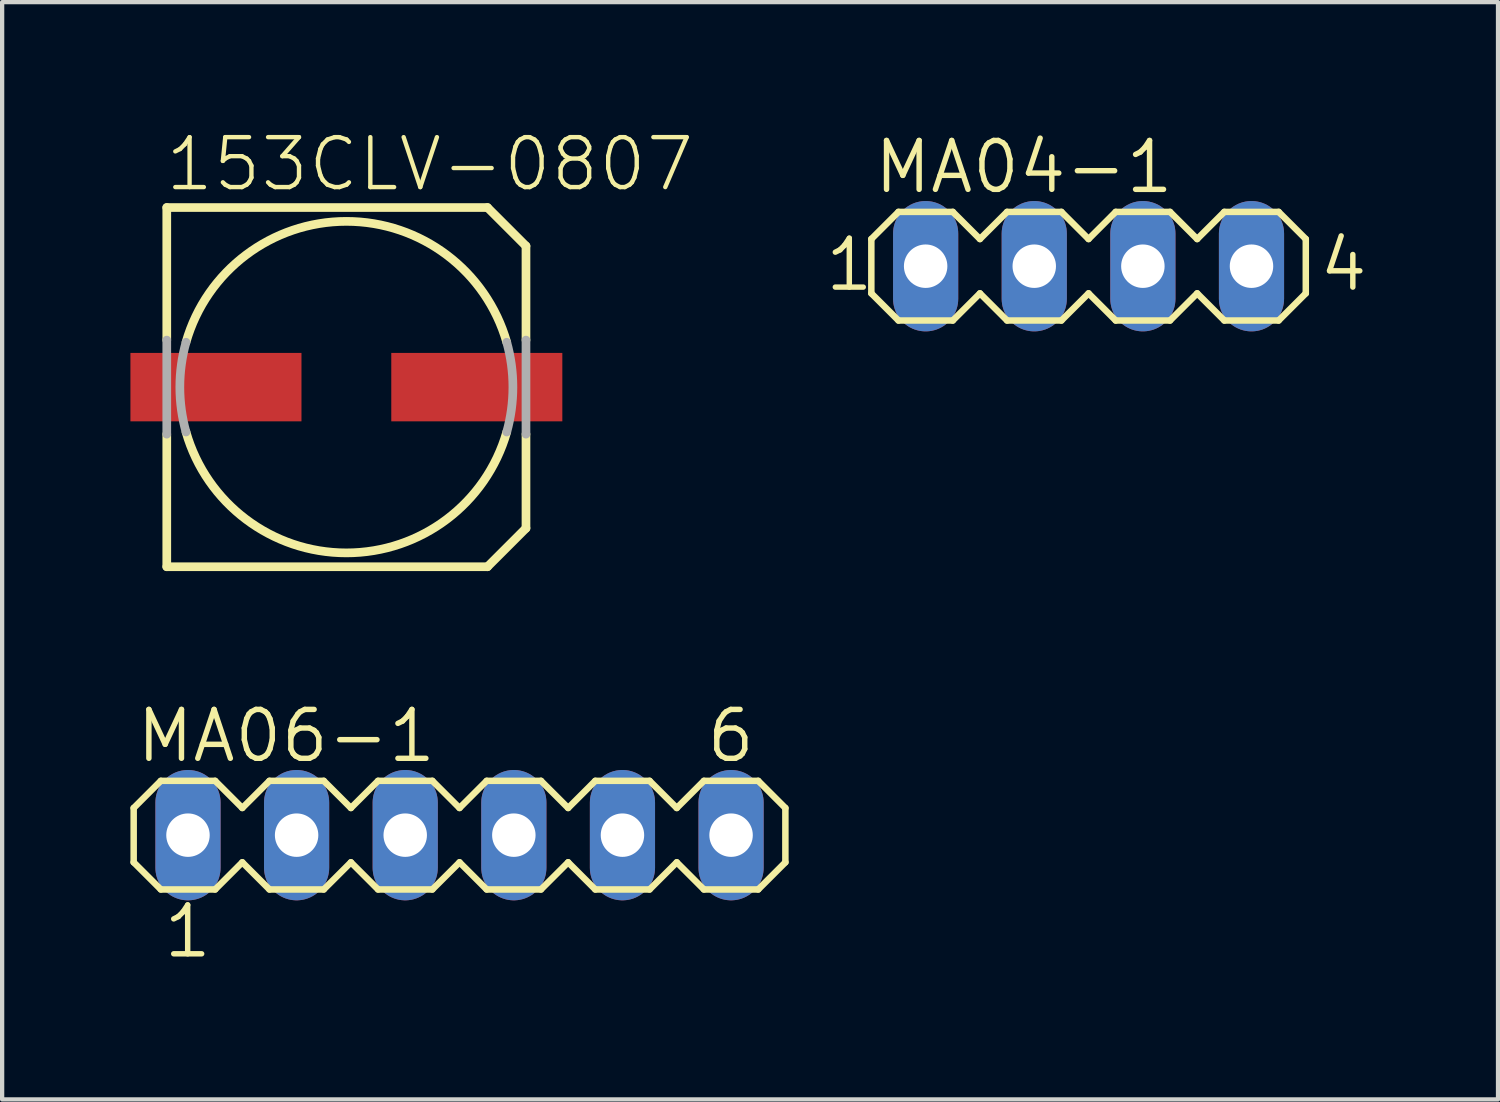
<source format=kicad_pcb>
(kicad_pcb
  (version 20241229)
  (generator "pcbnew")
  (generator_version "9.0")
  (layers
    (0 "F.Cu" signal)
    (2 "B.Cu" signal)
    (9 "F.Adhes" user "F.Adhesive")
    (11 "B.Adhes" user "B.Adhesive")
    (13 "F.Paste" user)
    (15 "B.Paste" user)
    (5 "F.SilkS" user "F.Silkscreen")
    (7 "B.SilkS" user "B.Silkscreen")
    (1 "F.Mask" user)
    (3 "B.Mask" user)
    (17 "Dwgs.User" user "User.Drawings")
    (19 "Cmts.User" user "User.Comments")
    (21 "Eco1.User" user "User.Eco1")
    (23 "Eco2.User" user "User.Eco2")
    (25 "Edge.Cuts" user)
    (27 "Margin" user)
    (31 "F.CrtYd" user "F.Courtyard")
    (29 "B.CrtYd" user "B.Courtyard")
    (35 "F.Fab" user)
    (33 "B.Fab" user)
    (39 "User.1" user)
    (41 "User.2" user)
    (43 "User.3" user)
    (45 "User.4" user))
  (footprint "MA04-1"
    (layer "F.Cu")
    (at 22.406 3.175)
    (property "Reference" "MA04-1" (at -5.08 -1.651 0) (layer "F.SilkS") (effects (font (size 1.143 1.143) (thickness 0.127)) (justify left bottom)))
    (fp_line (start -5.08 -0.635) (end -5.08 0.635) (stroke (width 0.152) (type solid)) (layer "F.SilkS"))
    (fp_line (start -5.08 0.635) (end -4.445 1.27) (stroke (width 0.152) (type solid)) (layer "F.SilkS"))
    (fp_line (start -4.445 -1.27) (end -5.08 -0.635) (stroke (width 0.152) (type solid)) (layer "F.SilkS"))
    (fp_line (start -4.445 -1.27) (end -3.175 -1.27) (stroke (width 0.152) (type solid)) (layer "F.SilkS"))
    (fp_line (start -3.175 -1.27) (end -2.54 -0.635) (stroke (width 0.152) (type solid)) (layer "F.SilkS"))
    (fp_line (start -3.175 1.27) (end -4.445 1.27) (stroke (width 0.152) (type solid)) (layer "F.SilkS"))
    (fp_line (start -2.54 -0.635) (end -1.905 -1.27) (stroke (width 0.152) (type solid)) (layer "F.SilkS"))
    (fp_line (start -2.54 0.635) (end -3.175 1.27) (stroke (width 0.152) (type solid)) (layer "F.SilkS"))
    (fp_line (start -1.905 -1.27) (end -0.635 -1.27) (stroke (width 0.152) (type solid)) (layer "F.SilkS"))
    (fp_line (start -1.905 1.27) (end -2.54 0.635) (stroke (width 0.152) (type solid)) (layer "F.SilkS"))
    (fp_line (start -0.635 -1.27) (end 0 -0.635) (stroke (width 0.152) (type solid)) (layer "F.SilkS"))
    (fp_line (start -0.635 1.27) (end -1.905 1.27) (stroke (width 0.152) (type solid)) (layer "F.SilkS"))
    (fp_line (start 0 -0.635) (end 0.635 -1.27) (stroke (width 0.152) (type solid)) (layer "F.SilkS"))
    (fp_line (start 0 0.635) (end -0.635 1.27) (stroke (width 0.152) (type solid)) (layer "F.SilkS"))
    (fp_line (start 0.635 -1.27) (end 1.905 -1.27) (stroke (width 0.152) (type solid)) (layer "F.SilkS"))
    (fp_line (start 0.635 1.27) (end 0 0.635) (stroke (width 0.152) (type solid)) (layer "F.SilkS"))
    (fp_line (start 1.905 -1.27) (end 2.54 -0.635) (stroke (width 0.152) (type solid)) (layer "F.SilkS"))
    (fp_line (start 1.905 1.27) (end 0.635 1.27) (stroke (width 0.152) (type solid)) (layer "F.SilkS"))
    (fp_line (start 2.54 0.635) (end 1.905 1.27) (stroke (width 0.152) (type solid)) (layer "F.SilkS"))
    (fp_line (start 2.54 0.635) (end 3.175 1.27) (stroke (width 0.152) (type solid)) (layer "F.SilkS"))
    (fp_line (start 3.175 -1.27) (end 2.54 -0.635) (stroke (width 0.152) (type solid)) (layer "F.SilkS"))
    (fp_line (start 3.175 -1.27) (end 4.445 -1.27) (stroke (width 0.152) (type solid)) (layer "F.SilkS"))
    (fp_line (start 4.445 -1.27) (end 5.08 -0.635) (stroke (width 0.152) (type solid)) (layer "F.SilkS"))
    (fp_line (start 4.445 1.27) (end 3.175 1.27) (stroke (width 0.152) (type solid)) (layer "F.SilkS"))
    (fp_line (start 5.08 -0.635) (end 5.08 0.635) (stroke (width 0.152) (type solid)) (layer "F.SilkS"))
    (fp_line (start 5.08 0.635) (end 4.445 1.27) (stroke (width 0.152) (type solid)) (layer "F.SilkS"))
    (fp_poly (pts (xy -4.064 0.254) (xy -3.556 0.254) (xy -3.556 -0.254) (xy -4.064 -0.254)) (stroke (width 0.1) (type default)) (fill no) (layer "F.Fab"))
    (fp_poly (pts (xy -1.524 0.254) (xy -1.016 0.254) (xy -1.016 -0.254) (xy -1.524 -0.254)) (stroke (width 0.1) (type default)) (fill no) (layer "F.Fab"))
    (fp_poly (pts (xy 1.016 0.254) (xy 1.524 0.254) (xy 1.524 -0.254) (xy 1.016 -0.254)) (stroke (width 0.1) (type default)) (fill no) (layer "F.Fab"))
    (fp_poly (pts (xy 3.556 0.254) (xy 4.064 0.254) (xy 4.064 -0.254) (xy 3.556 -0.254)) (stroke (width 0.1) (type default)) (fill no) (layer "F.Fab"))
    (fp_text user "4" (at 5.334 0.635 0) (layer "F.SilkS") (effects (font (size 1.143 1.143) (thickness 0.127)) (justify left bottom)))
    (fp_text user "1" (at -6.223 0.635 0) (layer "F.SilkS") (effects (font (size 1.143 1.143) (thickness 0.127)) (justify left bottom)))
    (pad "1" thru_hole oval (at -3.81 0 90) (size 3.048 1.524) (drill 1.016) (layers "*.Cu" "*.Mask"))
    (pad "2" thru_hole oval (at -1.27 0 90) (size 3.048 1.524) (drill 1.016) (layers "*.Cu" "*.Mask"))
    (pad "3" thru_hole oval (at 1.27 0 90) (size 3.048 1.524) (drill 1.016) (layers "*.Cu" "*.Mask"))
    (pad "4" thru_hole oval (at 3.81 0 90) (size 3.048 1.524) (drill 1.016) (layers "*.Cu" "*.Mask")))
  (footprint "MA06-1"
    (layer "F.Cu")
    (at 7.696 16.48)
    (property "Reference" "MA06-1" (at -7.62 -1.651 0) (layer "F.SilkS") (effects (font (size 1.143 1.143) (thickness 0.127)) (justify left bottom)))
    (fp_line (start -7.62 -0.635) (end -7.62 0.635) (stroke (width 0.152) (type solid)) (layer "F.SilkS"))
    (fp_line (start -7.62 0.635) (end -6.985 1.27) (stroke (width 0.152) (type solid)) (layer "F.SilkS"))
    (fp_line (start -6.985 -1.27) (end -7.62 -0.635) (stroke (width 0.152) (type solid)) (layer "F.SilkS"))
    (fp_line (start -6.985 -1.27) (end -5.715 -1.27) (stroke (width 0.152) (type solid)) (layer "F.SilkS"))
    (fp_line (start -5.715 -1.27) (end -5.08 -0.635) (stroke (width 0.152) (type solid)) (layer "F.SilkS"))
    (fp_line (start -5.715 1.27) (end -6.985 1.27) (stroke (width 0.152) (type solid)) (layer "F.SilkS"))
    (fp_line (start -5.08 -0.635) (end -4.445 -1.27) (stroke (width 0.152) (type solid)) (layer "F.SilkS"))
    (fp_line (start -5.08 0.635) (end -5.715 1.27) (stroke (width 0.152) (type solid)) (layer "F.SilkS"))
    (fp_line (start -4.445 -1.27) (end -3.175 -1.27) (stroke (width 0.152) (type solid)) (layer "F.SilkS"))
    (fp_line (start -4.445 1.27) (end -5.08 0.635) (stroke (width 0.152) (type solid)) (layer "F.SilkS"))
    (fp_line (start -3.175 -1.27) (end -2.54 -0.635) (stroke (width 0.152) (type solid)) (layer "F.SilkS"))
    (fp_line (start -3.175 1.27) (end -4.445 1.27) (stroke (width 0.152) (type solid)) (layer "F.SilkS"))
    (fp_line (start -2.54 -0.635) (end -1.905 -1.27) (stroke (width 0.152) (type solid)) (layer "F.SilkS"))
    (fp_line (start -2.54 0.635) (end -3.175 1.27) (stroke (width 0.152) (type solid)) (layer "F.SilkS"))
    (fp_line (start -1.905 -1.27) (end -0.635 -1.27) (stroke (width 0.152) (type solid)) (layer "F.SilkS"))
    (fp_line (start -1.905 1.27) (end -2.54 0.635) (stroke (width 0.152) (type solid)) (layer "F.SilkS"))
    (fp_line (start -0.635 -1.27) (end 0 -0.635) (stroke (width 0.152) (type solid)) (layer "F.SilkS"))
    (fp_line (start -0.635 1.27) (end -1.905 1.27) (stroke (width 0.152) (type solid)) (layer "F.SilkS"))
    (fp_line (start 0 0.635) (end -0.635 1.27) (stroke (width 0.152) (type solid)) (layer "F.SilkS"))
    (fp_line (start 0 0.635) (end 0.635 1.27) (stroke (width 0.152) (type solid)) (layer "F.SilkS"))
    (fp_line (start 0.635 -1.27) (end 0 -0.635) (stroke (width 0.152) (type solid)) (layer "F.SilkS"))
    (fp_line (start 0.635 -1.27) (end 1.905 -1.27) (stroke (width 0.152) (type solid)) (layer "F.SilkS"))
    (fp_line (start 1.905 -1.27) (end 2.54 -0.635) (stroke (width 0.152) (type solid)) (layer "F.SilkS"))
    (fp_line (start 1.905 1.27) (end 0.635 1.27) (stroke (width 0.152) (type solid)) (layer "F.SilkS"))
    (fp_line (start 2.54 -0.635) (end 3.175 -1.27) (stroke (width 0.152) (type solid)) (layer "F.SilkS"))
    (fp_line (start 2.54 0.635) (end 1.905 1.27) (stroke (width 0.152) (type solid)) (layer "F.SilkS"))
    (fp_line (start 3.175 -1.27) (end 4.445 -1.27) (stroke (width 0.152) (type solid)) (layer "F.SilkS"))
    (fp_line (start 3.175 1.27) (end 2.54 0.635) (stroke (width 0.152) (type solid)) (layer "F.SilkS"))
    (fp_line (start 4.445 -1.27) (end 5.08 -0.635) (stroke (width 0.152) (type solid)) (layer "F.SilkS"))
    (fp_line (start 4.445 1.27) (end 3.175 1.27) (stroke (width 0.152) (type solid)) (layer "F.SilkS"))
    (fp_line (start 5.08 -0.635) (end 5.715 -1.27) (stroke (width 0.152) (type solid)) (layer "F.SilkS"))
    (fp_line (start 5.08 0.635) (end 4.445 1.27) (stroke (width 0.152) (type solid)) (layer "F.SilkS"))
    (fp_line (start 5.715 -1.27) (end 6.985 -1.27) (stroke (width 0.152) (type solid)) (layer "F.SilkS"))
    (fp_line (start 5.715 1.27) (end 5.08 0.635) (stroke (width 0.152) (type solid)) (layer "F.SilkS"))
    (fp_line (start 6.985 -1.27) (end 7.62 -0.635) (stroke (width 0.152) (type solid)) (layer "F.SilkS"))
    (fp_line (start 6.985 1.27) (end 5.715 1.27) (stroke (width 0.152) (type solid)) (layer "F.SilkS"))
    (fp_line (start 7.62 -0.635) (end 7.62 0.635) (stroke (width 0.152) (type solid)) (layer "F.SilkS"))
    (fp_line (start 7.62 0.635) (end 6.985 1.27) (stroke (width 0.152) (type solid)) (layer "F.SilkS"))
    (fp_poly (pts (xy -6.604 0.254) (xy -6.096 0.254) (xy -6.096 -0.254) (xy -6.604 -0.254)) (stroke (width 0.1) (type default)) (fill no) (layer "F.Fab"))
    (fp_poly (pts (xy -4.064 0.254) (xy -3.556 0.254) (xy -3.556 -0.254) (xy -4.064 -0.254)) (stroke (width 0.1) (type default)) (fill no) (layer "F.Fab"))
    (fp_poly (pts (xy -1.524 0.254) (xy -1.016 0.254) (xy -1.016 -0.254) (xy -1.524 -0.254)) (stroke (width 0.1) (type default)) (fill no) (layer "F.Fab"))
    (fp_poly (pts (xy 1.016 0.254) (xy 1.524 0.254) (xy 1.524 -0.254) (xy 1.016 -0.254)) (stroke (width 0.1) (type default)) (fill no) (layer "F.Fab"))
    (fp_poly (pts (xy 3.556 0.254) (xy 4.064 0.254) (xy 4.064 -0.254) (xy 3.556 -0.254)) (stroke (width 0.1) (type default)) (fill no) (layer "F.Fab"))
    (fp_poly (pts (xy 6.096 0.254) (xy 6.604 0.254) (xy 6.604 -0.254) (xy 6.096 -0.254)) (stroke (width 0.1) (type default)) (fill no) (layer "F.Fab"))
    (fp_text user "6" (at 5.715 -1.651 0) (layer "F.SilkS") (effects (font (size 1.143 1.143) (thickness 0.127)) (justify left bottom)))
    (fp_text user "1" (at -6.985 2.921 0) (layer "F.SilkS") (effects (font (size 1.143 1.143) (thickness 0.127)) (justify left bottom)))
    (pad "1" thru_hole oval (at -6.35 0 90) (size 3.048 1.524) (drill 1.016) (layers "*.Cu" "*.Mask"))
    (pad "2" thru_hole oval (at -3.81 0 90) (size 3.048 1.524) (drill 1.016) (layers "*.Cu" "*.Mask"))
    (pad "3" thru_hole oval (at -1.27 0 90) (size 3.048 1.524) (drill 1.016) (layers "*.Cu" "*.Mask"))
    (pad "4" thru_hole oval (at 1.27 0 90) (size 3.048 1.524) (drill 1.016) (layers "*.Cu" "*.Mask"))
    (pad "5" thru_hole oval (at 3.81 0 90) (size 3.048 1.524) (drill 1.016) (layers "*.Cu" "*.Mask"))
    (pad "6" thru_hole oval (at 6.35 0 90) (size 3.048 1.524) (drill 1.016) (layers "*.Cu" "*.Mask")))
  (footprint "153CLV-0807"
    (layer "F.Cu")
    (at 5.05 6.003)
    (property "Reference" "153CLV-0807" (at -4.29 -4.53 0) (layer "F.SilkS") (effects (font (size 1.168 1.168) (thickness 0.102)) (justify left bottom)))
    (fp_line (start -4.2 -4.2) (end 3.3 -4.2) (stroke (width 0.203) (type solid)) (layer "F.SilkS"))
    (fp_line (start -4.2 -1.1) (end -4.2 -4.2) (stroke (width 0.203) (type solid)) (layer "F.SilkS"))
    (fp_line (start -4.2 4.2) (end -4.2 1.1) (stroke (width 0.203) (type solid)) (layer "F.SilkS"))
    (fp_line (start 3.3 -4.2) (end 4.2 -3.3) (stroke (width 0.203) (type solid)) (layer "F.SilkS"))
    (fp_line (start 3.3 4.2) (end -4.2 4.2) (stroke (width 0.203) (type solid)) (layer "F.SilkS"))
    (fp_line (start 4.2 -3.3) (end 4.2 -1.1) (stroke (width 0.203) (type solid)) (layer "F.SilkS"))
    (fp_line (start 4.2 1.1) (end 4.2 3.3) (stroke (width 0.203) (type solid)) (layer "F.SilkS"))
    (fp_line (start 4.2 3.3) (end 3.3 4.2) (stroke (width 0.203) (type solid)) (layer "F.SilkS"))
    (fp_arc (start -3.75 -1.05) (mid 0 -3.876042) (end 3.75 -1.05) (stroke (width 0.2032) (type solid)) (layer "F.SilkS"))
    (fp_arc (start 3.75 1.05) (mid 0 3.876042) (end -3.75 1.05) (stroke (width 0.2032) (type solid)) (layer "F.SilkS"))
    (fp_line (start -4.2 1.1) (end -4.2 -1.1) (stroke (width 0.203) (type solid)) (layer "F.Fab"))
    (fp_line (start 4.2 -1.1) (end 4.2 1.1) (stroke (width 0.203) (type solid)) (layer "F.Fab"))
    (fp_arc (start -3.75 1.05) (mid -3.894226 0) (end -3.75 -1.05) (stroke (width 0.2032) (type solid)) (layer "F.Fab"))
    (fp_arc (start 3.75 -1.05) (mid 3.894226 0) (end 3.75 1.05) (stroke (width 0.2032) (type solid)) (layer "F.Fab"))
    (pad "+" smd rect (at 3.05 0) (size 4 1.6) (layers "F.Cu" "F.Mask" "F.Paste"))
    (pad "-" smd rect (at -3.05 0) (size 4 1.6) (layers "F.Cu" "F.Mask" "F.Paste")))
  (gr_rect
    (start -3 -3)
    (end 31.981 22.66)
    (stroke (width 0.1) (type default))
    (fill no)
    (layer "Edge.Cuts")))
</source>
